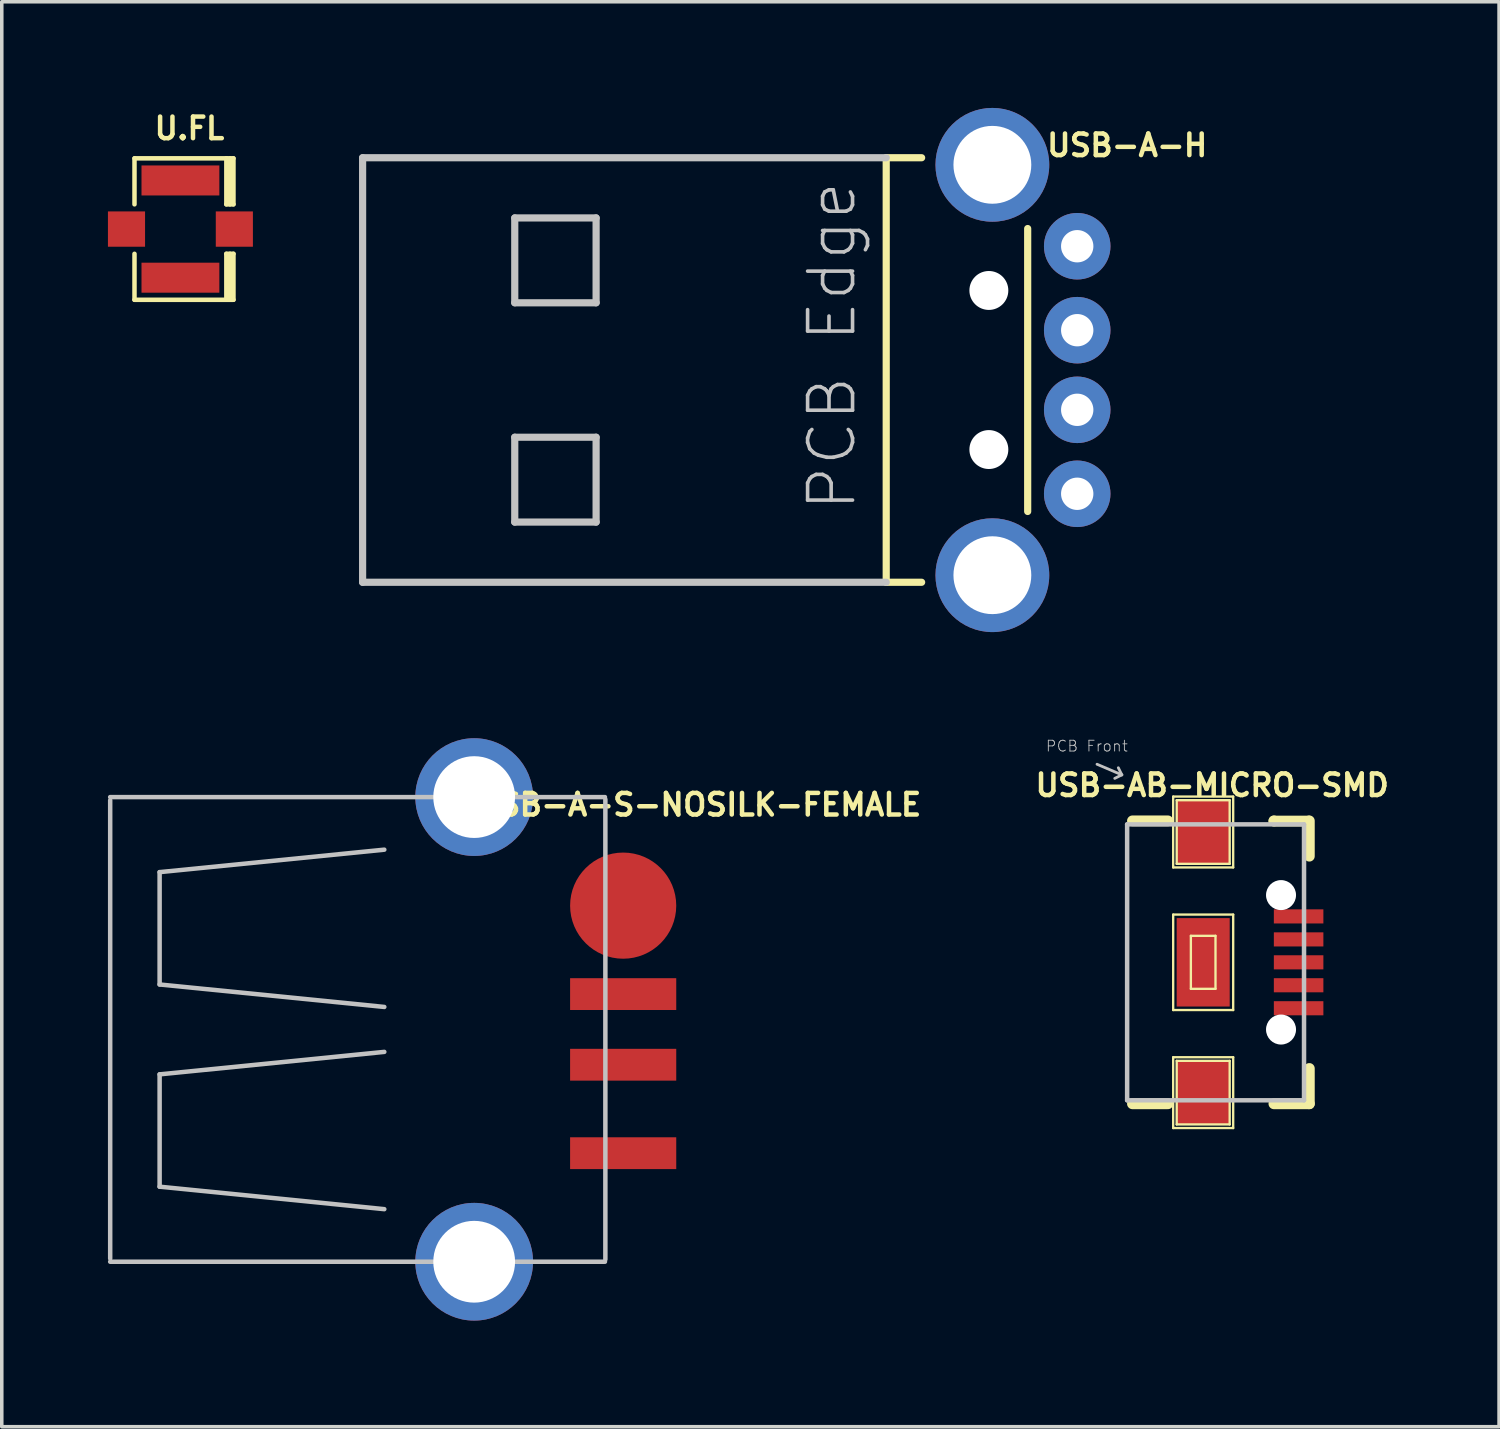
<source format=kicad_pcb>
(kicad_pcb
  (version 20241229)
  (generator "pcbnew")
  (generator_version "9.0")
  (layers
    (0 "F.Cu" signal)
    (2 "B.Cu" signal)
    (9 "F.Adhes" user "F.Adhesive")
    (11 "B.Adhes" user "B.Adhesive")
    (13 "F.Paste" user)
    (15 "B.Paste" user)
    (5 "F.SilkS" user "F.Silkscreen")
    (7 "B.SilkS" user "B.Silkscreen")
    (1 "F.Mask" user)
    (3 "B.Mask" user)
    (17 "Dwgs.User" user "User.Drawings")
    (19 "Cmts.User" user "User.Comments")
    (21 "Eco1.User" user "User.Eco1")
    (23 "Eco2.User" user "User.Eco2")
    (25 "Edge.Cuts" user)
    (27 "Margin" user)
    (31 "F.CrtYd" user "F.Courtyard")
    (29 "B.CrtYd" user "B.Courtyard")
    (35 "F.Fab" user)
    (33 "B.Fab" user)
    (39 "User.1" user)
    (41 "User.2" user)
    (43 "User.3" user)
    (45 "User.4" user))
  (footprint "U.FL"
    (layer "F.Cu")
    (at 2.049 3.424)
    (property "Reference" "U.FL" (at 0.254 -2.845 0) (layer "F.SilkS") (effects (font (size 0.61 0.61) (thickness 0.127))))
    (attr smd)
    (fp_line (start -1.298 -0.699) (end -1.298 -1.999) (stroke (width 0.127) (type solid)) (layer "F.SilkS"))
    (fp_line (start -1.298 1.999) (end -1.298 0.699) (stroke (width 0.127) (type solid)) (layer "F.SilkS"))
    (fp_line (start -1.298 1.999) (end 1.298 1.999) (stroke (width 0.127) (type solid)) (layer "F.SilkS"))
    (fp_line (start 1.298 -1.999) (end -1.298 -1.999) (stroke (width 0.127) (type solid)) (layer "F.SilkS"))
    (fp_line (start 1.298 -0.699) (end 1.298 -1.999) (stroke (width 0.127) (type solid)) (layer "F.SilkS"))
    (fp_line (start 1.298 1.999) (end 1.298 0.699) (stroke (width 0.127) (type solid)) (layer "F.SilkS"))
    (fp_line (start 1.4 -0.699) (end 1.4 -1.999) (stroke (width 0.127) (type solid)) (layer "F.SilkS"))
    (fp_line (start 1.4 1.999) (end 1.4 0.699) (stroke (width 0.127) (type solid)) (layer "F.SilkS"))
    (fp_line (start 1.499 -1.999) (end 1.298 -1.999) (stroke (width 0.127) (type solid)) (layer "F.SilkS"))
    (fp_line (start 1.499 -0.699) (end 1.298 -0.699) (stroke (width 0.127) (type solid)) (layer "F.SilkS"))
    (fp_line (start 1.499 -0.699) (end 1.499 -1.999) (stroke (width 0.127) (type solid)) (layer "F.SilkS"))
    (fp_line (start 1.499 0.699) (end 1.298 0.699) (stroke (width 0.127) (type solid)) (layer "F.SilkS"))
    (fp_line (start 1.499 1.999) (end 1.298 1.999) (stroke (width 0.127) (type solid)) (layer "F.SilkS"))
    (fp_line (start 1.499 1.999) (end 1.499 0.699) (stroke (width 0.127) (type solid)) (layer "F.SilkS"))
    (pad "1" smd rect (at 0 -1.374) (size 2.2 0.848) (layers "F.Cu" "F.Mask" "F.Paste"))
    (pad "2" smd rect (at 0 1.374) (size 2.2 0.848) (layers "F.Cu" "F.Mask" "F.Paste"))
    (pad "FEED" smd rect (at 1.524 0) (size 1.049 0.998) (layers "F.Cu" "F.Mask" "F.Paste"))
    (pad "NC" smd rect (at -1.524 0) (size 1.049 0.998) (layers "F.Cu" "F.Mask" "F.Paste")))
  (footprint "USB-A-H"
    (layer "F.Cu")
    (at 24.996 7.407)
    (property "Reference" "USB-A-H" (at 3.81 -6.35 0) (layer "F.SilkS") (effects (font (size 0.61 0.61) (thickness 0.127))))
    (attr exclude_from_pos_files exclude_from_bom)
    (fp_line (start -3 -5.999) (end -3 5.999) (stroke (width 0.203) (type solid)) (layer "F.SilkS"))
    (fp_line (start -3 -5.999) (end -1.999 -5.999) (stroke (width 0.203) (type solid)) (layer "F.SilkS"))
    (fp_line (start -3 5.999) (end -1.999 5.999) (stroke (width 0.203) (type solid)) (layer "F.SilkS"))
    (fp_line (start 0.998 3.998) (end 0.998 -3.998) (stroke (width 0.203) (type solid)) (layer "F.SilkS"))
    (fp_line (start -17.798 -5.999) (end -17.798 5.999) (stroke (width 0.203) (type solid)) (layer "Dwgs.User"))
    (fp_line (start -13.498 -4.298) (end -13.498 -1.9) (stroke (width 0.203) (type solid)) (layer "Dwgs.User"))
    (fp_line (start -13.498 -1.9) (end -11.199 -1.9) (stroke (width 0.203) (type solid)) (layer "Dwgs.User"))
    (fp_line (start -13.498 1.9) (end -13.498 4.298) (stroke (width 0.203) (type solid)) (layer "Dwgs.User"))
    (fp_line (start -13.498 4.298) (end -11.199 4.298) (stroke (width 0.203) (type solid)) (layer "Dwgs.User"))
    (fp_line (start -11.199 -4.298) (end -13.498 -4.298) (stroke (width 0.203) (type solid)) (layer "Dwgs.User"))
    (fp_line (start -11.199 -1.9) (end -11.199 -4.298) (stroke (width 0.203) (type solid)) (layer "Dwgs.User"))
    (fp_line (start -11.199 1.9) (end -13.498 1.9) (stroke (width 0.203) (type solid)) (layer "Dwgs.User"))
    (fp_line (start -11.199 4.298) (end -11.199 1.9) (stroke (width 0.203) (type solid)) (layer "Dwgs.User"))
    (fp_line (start -3 -5.999) (end -17.798 -5.999) (stroke (width 0.203) (type solid)) (layer "Dwgs.User"))
    (fp_line (start -3 5.999) (end -17.798 5.999) (stroke (width 0.203) (type solid)) (layer "Dwgs.User"))
    (fp_text user "PCB Edge" (at -4.534 -0.678 90) (layer "Dwgs.User") (effects (font (size 1.27 1.27) (thickness 0.102))))
    (pad "" np_thru_hole circle (at -0.099 -2.248) (size 1.1 1.1) (drill 1.1) (layers "*.Cu" "*.Mask"))
    (pad "" np_thru_hole circle (at -0.099 2.248) (size 1.1 1.1) (drill 1.1) (layers "*.Cu" "*.Mask"))
    (pad "D+" thru_hole circle (at 2.398 -1.125) (size 1.88 1.88) (drill 0.914) (layers "*.Cu" "*.Paste" "*.Mask"))
    (pad "D-" thru_hole circle (at 2.398 1.125) (size 1.88 1.88) (drill 0.914) (layers "*.Cu" "*.Paste" "*.Mask"))
    (pad "GND" thru_hole circle (at 2.398 -3.498) (size 1.88 1.88) (drill 0.914) (layers "*.Cu" "*.Paste" "*.Mask"))
    (pad "SHLD" thru_hole circle (at 0 -5.799) (size 3.216 3.216) (drill 2.2) (layers "*.Cu" "*.Paste" "*.Mask"))
    (pad "SHLD" thru_hole circle (at 0 5.799) (size 3.216 3.216) (drill 2.2) (layers "*.Cu" "*.Paste" "*.Mask"))
    (pad "VBUS" thru_hole circle (at 2.398 3.498) (size 1.88 1.88) (drill 0.914) (layers "*.Cu" "*.Paste" "*.Mask")))
  (footprint "USB-A-S-NOSILK-FEMALE"
    (layer "F.Cu")
    (at 7.811 26.043)
    (property "Reference" "USB-A-S-NOSILK-FEMALE" (at 8.89 -6.35 0) (layer "F.SilkS") (effects (font (size 0.61 0.61) (thickness 0.127))))
    (attr smd)
    (fp_line (start -7.747 -6.477) (end -7.747 6.477) (stroke (width 0.127) (type solid)) (layer "Dwgs.User"))
    (fp_line (start -6.35 -4.445) (end -6.35 -1.27) (stroke (width 0.127) (type solid)) (layer "Dwgs.User"))
    (fp_line (start -6.35 -1.27) (end 0 -0.635) (stroke (width 0.127) (type solid)) (layer "Dwgs.User"))
    (fp_line (start -6.35 1.27) (end 0 0.635) (stroke (width 0.127) (type solid)) (layer "Dwgs.User"))
    (fp_line (start -6.35 4.445) (end -6.35 1.27) (stroke (width 0.127) (type solid)) (layer "Dwgs.User"))
    (fp_line (start 0 -5.08) (end -6.35 -4.445) (stroke (width 0.127) (type solid)) (layer "Dwgs.User"))
    (fp_line (start 0 5.08) (end -6.35 4.445) (stroke (width 0.127) (type solid)) (layer "Dwgs.User"))
    (fp_line (start 6.236 -6.566) (end -7.747 -6.566) (stroke (width 0.127) (type solid)) (layer "Dwgs.User"))
    (fp_line (start 6.236 6.566) (end -7.747 6.566) (stroke (width 0.127) (type solid)) (layer "Dwgs.User"))
    (fp_line (start 6.248 -6.502) (end 6.248 6.502) (stroke (width 0.127) (type solid)) (layer "Dwgs.User"))
    (pad "D+" smd rect (at 6.751 0.998) (size 3 0.899) (layers "F.Cu" "F.Mask" "F.Paste"))
    (pad "D-" smd rect (at 6.751 -0.998) (size 3 0.899) (layers "F.Cu" "F.Mask" "F.Paste"))
    (pad "GND" smd rect (at 6.751 3.498) (size 3 0.899) (layers "F.Cu" "F.Mask" "F.Paste"))
    (pad "SHLD" thru_hole circle (at 2.54 -6.566) (size 3.327 3.327) (drill 2.311) (layers "*.Cu" "*.Paste" "*.Mask"))
    (pad "SHLD" thru_hole circle (at 2.54 6.566) (size 3.327 3.327) (drill 2.311) (layers "*.Cu" "*.Paste" "*.Mask"))
    (pad "VBUS" smd circle (at 6.751 -3.498) (size 3 3) (layers "F.Cu" "F.Mask" "F.Paste")))
  (footprint "USB-AB-MICRO-SMD"
    (layer "F.Cu")
    (at 30.954 24.147)
    (property "Reference" "USB-AB-MICRO-SMD" (at 0.254 -5.004 0) (layer "F.SilkS") (effects (font (size 0.61 0.61) (thickness 0.127))))
    (attr smd)
    (fp_line (start -0.998 -3.998) (end -1.999 -3.998) (stroke (width 0.305) (type solid)) (layer "F.SilkS"))
    (fp_line (start -0.998 3.998) (end -1.999 3.998) (stroke (width 0.305) (type solid)) (layer "F.SilkS"))
    (fp_line (start -0.848 -4.684) (end 0.848 -4.684) (stroke (width 0.066) (type solid)) (layer "F.SilkS"))
    (fp_line (start -0.848 -2.682) (end -0.848 -4.684) (stroke (width 0.066) (type solid)) (layer "F.SilkS"))
    (fp_line (start -0.848 -2.682) (end 0.848 -2.682) (stroke (width 0.066) (type solid)) (layer "F.SilkS"))
    (fp_line (start -0.848 -1.349) (end 0.848 -1.349) (stroke (width 0.066) (type solid)) (layer "F.SilkS"))
    (fp_line (start -0.848 1.349) (end -0.848 -1.349) (stroke (width 0.066) (type solid)) (layer "F.SilkS"))
    (fp_line (start -0.848 1.349) (end 0.848 1.349) (stroke (width 0.066) (type solid)) (layer "F.SilkS"))
    (fp_line (start -0.848 2.682) (end 0.848 2.682) (stroke (width 0.066) (type solid)) (layer "F.SilkS"))
    (fp_line (start -0.848 4.684) (end -0.848 2.682) (stroke (width 0.066) (type solid)) (layer "F.SilkS"))
    (fp_line (start -0.848 4.684) (end 0.848 4.684) (stroke (width 0.066) (type solid)) (layer "F.SilkS"))
    (fp_line (start -0.749 -4.582) (end 0.749 -4.582) (stroke (width 0.066) (type solid)) (layer "F.SilkS"))
    (fp_line (start -0.749 -2.784) (end -0.749 -4.582) (stroke (width 0.066) (type solid)) (layer "F.SilkS"))
    (fp_line (start -0.749 -2.784) (end 0.749 -2.784) (stroke (width 0.066) (type solid)) (layer "F.SilkS"))
    (fp_line (start -0.749 2.784) (end 0.749 2.784) (stroke (width 0.066) (type solid)) (layer "F.SilkS"))
    (fp_line (start -0.749 4.582) (end -0.749 2.784) (stroke (width 0.066) (type solid)) (layer "F.SilkS"))
    (fp_line (start -0.749 4.582) (end 0.749 4.582) (stroke (width 0.066) (type solid)) (layer "F.SilkS"))
    (fp_line (start -0.348 -0.749) (end 0.348 -0.749) (stroke (width 0.066) (type solid)) (layer "F.SilkS"))
    (fp_line (start -0.348 0.749) (end -0.348 -0.749) (stroke (width 0.066) (type solid)) (layer "F.SilkS"))
    (fp_line (start -0.348 0.749) (end 0.348 0.749) (stroke (width 0.066) (type solid)) (layer "F.SilkS"))
    (fp_line (start 0.348 0.749) (end 0.348 -0.749) (stroke (width 0.066) (type solid)) (layer "F.SilkS"))
    (fp_line (start 0.749 -2.784) (end 0.749 -4.582) (stroke (width 0.066) (type solid)) (layer "F.SilkS"))
    (fp_line (start 0.749 4.582) (end 0.749 2.784) (stroke (width 0.066) (type solid)) (layer "F.SilkS"))
    (fp_line (start 0.848 -2.682) (end 0.848 -4.684) (stroke (width 0.066) (type solid)) (layer "F.SilkS"))
    (fp_line (start 0.848 1.349) (end 0.848 -1.349) (stroke (width 0.066) (type solid)) (layer "F.SilkS"))
    (fp_line (start 0.848 4.684) (end 0.848 2.682) (stroke (width 0.066) (type solid)) (layer "F.SilkS"))
    (fp_line (start 1.999 -3.993) (end 1.999 -3.998) (stroke (width 0.305) (type solid)) (layer "F.SilkS"))
    (fp_line (start 1.999 3.998) (end 3 3.998) (stroke (width 0.305) (type solid)) (layer "F.SilkS"))
    (fp_line (start 2.979 -3.993) (end 1.999 -3.993) (stroke (width 0.305) (type solid)) (layer "F.SilkS"))
    (fp_line (start 3 -3.998) (end 3 -3) (stroke (width 0.305) (type solid)) (layer "F.SilkS"))
    (fp_line (start 3 3.998) (end 3 3) (stroke (width 0.305) (type solid)) (layer "F.SilkS"))
    (fp_line (start -3 -5.598) (end -2.299 -5.298) (stroke (width 0.079) (type solid)) (layer "Dwgs.User"))
    (fp_line (start -2.299 -5.298) (end -2.499 -5.199) (stroke (width 0.079) (type solid)) (layer "Dwgs.User"))
    (fp_line (start -2.299 -5.298) (end -2.398 -5.499) (stroke (width 0.079) (type solid)) (layer "Dwgs.User"))
    (fp_line (start -2.149 -3.899) (end -2.149 3.899) (stroke (width 0.127) (type solid)) (layer "Dwgs.User"))
    (fp_line (start 2.85 -3.899) (end -2.149 -3.899) (stroke (width 0.127) (type solid)) (layer "Dwgs.User"))
    (fp_line (start 2.85 -3.899) (end 2.85 3.899) (stroke (width 0.127) (type solid)) (layer "Dwgs.User"))
    (fp_line (start 2.85 3.899) (end -2.149 3.899) (stroke (width 0.127) (type solid)) (layer "Dwgs.User"))
    (fp_text user "PCB Front" (at -3.287 -6.111 0) (layer "Dwgs.User") (effects (font (size 0.305 0.305) (thickness 0.025))))
    (pad "" np_thru_hole circle (at 2.2 -1.9) (size 0.848 0.848) (drill 0.848) (layers "*.Cu" "*.Mask"))
    (pad "" np_thru_hole circle (at 2.2 1.9) (size 0.848 0.848) (drill 0.848) (layers "*.Cu" "*.Mask"))
    (pad "D+1" smd rect (at 2.697 0 90) (size 0.399 1.4) (layers "F.Cu" "F.Mask" "F.Paste"))
    (pad "D-1" smd rect (at 2.697 -0.648 90) (size 0.399 1.4) (layers "F.Cu" "F.Mask" "F.Paste"))
    (pad "GND1" smd rect (at 2.697 1.298 90) (size 0.399 1.4) (layers "F.Cu" "F.Mask" "F.Paste"))
    (pad "ID1" smd rect (at 2.697 0.648 90) (size 0.399 1.4) (layers "F.Cu" "F.Mask" "F.Paste"))
    (pad "SHLD" smd rect (at 0 -3.678) (size 1.499 1.798) (layers "F.Cu" "F.Mask" "F.Paste"))
    (pad "SHLD" smd rect (at 0 0) (size 1.499 2.499) (layers "F.Cu" "F.Mask" "F.Paste"))
    (pad "SHLD" smd rect (at 0 3.678) (size 1.499 1.798) (layers "F.Cu" "F.Mask" "F.Paste"))
    (pad "VBUS" smd rect (at 2.697 -1.298 90) (size 0.399 1.4) (layers "F.Cu" "F.Mask" "F.Paste")))
  (gr_rect
    (start -3 -3)
    (end 39.316 37.272)
    (stroke (width 0.1) (type default))
    (fill no)
    (layer "Edge.Cuts")))
</source>
